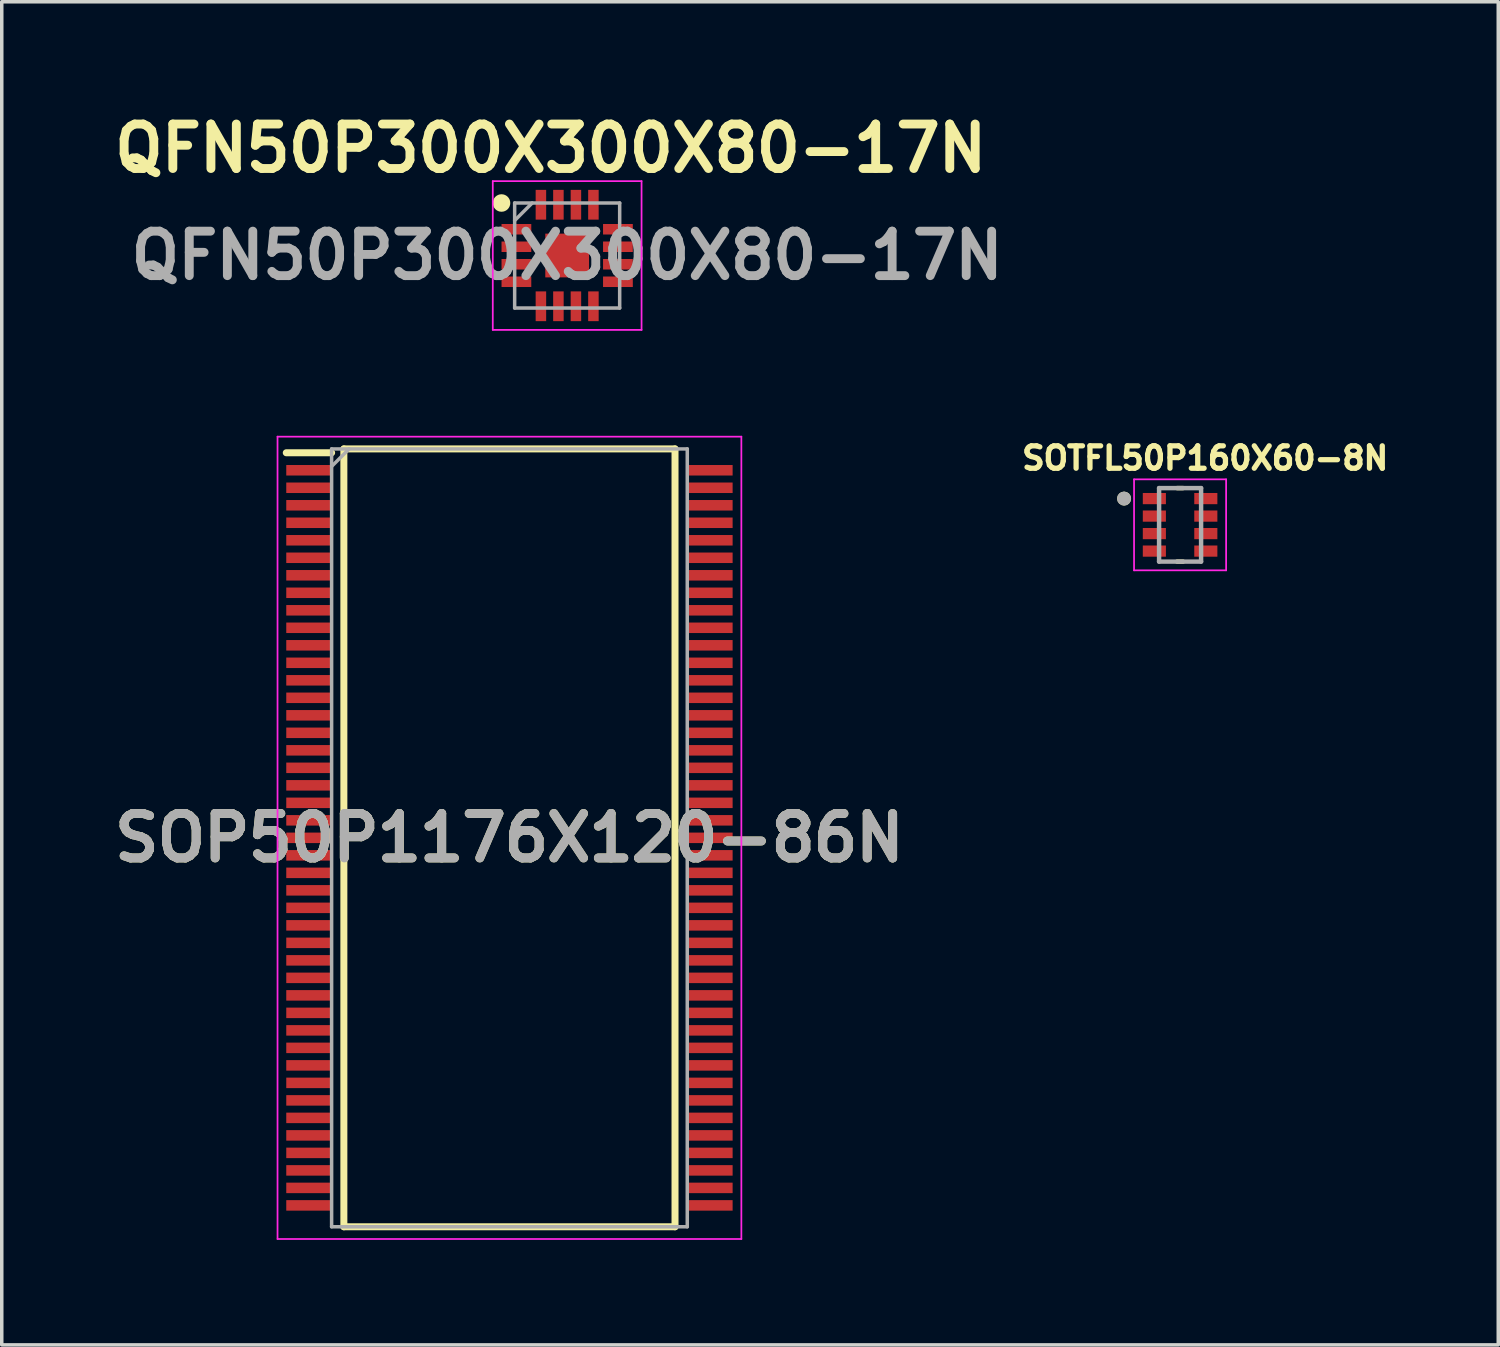
<source format=kicad_pcb>
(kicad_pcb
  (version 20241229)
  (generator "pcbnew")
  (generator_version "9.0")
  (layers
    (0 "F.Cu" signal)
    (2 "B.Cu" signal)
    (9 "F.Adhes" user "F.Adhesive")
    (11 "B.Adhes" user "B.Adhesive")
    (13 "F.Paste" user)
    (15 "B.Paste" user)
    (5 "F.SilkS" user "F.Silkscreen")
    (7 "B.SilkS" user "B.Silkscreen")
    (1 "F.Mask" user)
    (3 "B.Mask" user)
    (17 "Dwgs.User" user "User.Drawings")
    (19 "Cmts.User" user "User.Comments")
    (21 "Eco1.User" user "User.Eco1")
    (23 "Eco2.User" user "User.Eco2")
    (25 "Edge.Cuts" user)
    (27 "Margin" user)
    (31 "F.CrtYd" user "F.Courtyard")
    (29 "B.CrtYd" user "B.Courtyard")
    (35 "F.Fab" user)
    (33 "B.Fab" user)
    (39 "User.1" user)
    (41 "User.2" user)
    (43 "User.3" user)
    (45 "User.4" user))
  (footprint "SOP50P1176X120-86N"
    (layer "F.Cu")
    (at 11.503 20.884)
    (property "Reference" "SOP50P1176X120-86N" (at 0 0 0) (layer "F.SilkS") (effects (font (size 1.27 1.27) (thickness 0.254))))
    (attr smd)
    (fp_line (start -6.375 -11) (end -5.08 -11) (stroke (width 0.2) (type solid)) (layer "F.SilkS"))
    (fp_line (start -4.73 -11.11) (end 4.73 -11.11) (stroke (width 0.2) (type solid)) (layer "F.SilkS"))
    (fp_line (start -4.73 11.11) (end -4.73 -11.11) (stroke (width 0.2) (type solid)) (layer "F.SilkS"))
    (fp_line (start 4.73 -11.11) (end 4.73 11.11) (stroke (width 0.2) (type solid)) (layer "F.SilkS"))
    (fp_line (start 4.73 11.11) (end -4.73 11.11) (stroke (width 0.2) (type solid)) (layer "F.SilkS"))
    (fp_line (start -6.625 -11.46) (end 6.625 -11.46) (stroke (width 0.05) (type solid)) (layer "F.CrtYd"))
    (fp_line (start -6.625 11.46) (end -6.625 -11.46) (stroke (width 0.05) (type solid)) (layer "F.CrtYd"))
    (fp_line (start 6.625 -11.46) (end 6.625 11.46) (stroke (width 0.05) (type solid)) (layer "F.CrtYd"))
    (fp_line (start 6.625 11.46) (end -6.625 11.46) (stroke (width 0.05) (type solid)) (layer "F.CrtYd"))
    (fp_line (start -5.08 -11.11) (end 5.08 -11.11) (stroke (width 0.1) (type solid)) (layer "F.Fab"))
    (fp_line (start -5.08 -10.61) (end -4.58 -11.11) (stroke (width 0.1) (type solid)) (layer "F.Fab"))
    (fp_line (start -5.08 11.11) (end -5.08 -11.11) (stroke (width 0.1) (type solid)) (layer "F.Fab"))
    (fp_line (start 5.08 -11.11) (end 5.08 11.11) (stroke (width 0.1) (type solid)) (layer "F.Fab"))
    (fp_line (start 5.08 11.11) (end -5.08 11.11) (stroke (width 0.1) (type solid)) (layer "F.Fab"))
    (fp_text user "${REFERENCE}" (at 0 0 0) (layer "F.Fab") (effects (font (size 1.27 1.27) (thickness 0.254))))
    (pad "1" smd rect (at -5.728 -10.5 90) (size 0.3 1.295) (layers "F.Cu" "F.Mask" "F.Paste"))
    (pad "2" smd rect (at -5.728 -10 90) (size 0.3 1.295) (layers "F.Cu" "F.Mask" "F.Paste"))
    (pad "3" smd rect (at -5.728 -9.5 90) (size 0.3 1.295) (layers "F.Cu" "F.Mask" "F.Paste"))
    (pad "4" smd rect (at -5.728 -9 90) (size 0.3 1.295) (layers "F.Cu" "F.Mask" "F.Paste"))
    (pad "5" smd rect (at -5.728 -8.5 90) (size 0.3 1.295) (layers "F.Cu" "F.Mask" "F.Paste"))
    (pad "6" smd rect (at -5.728 -8 90) (size 0.3 1.295) (layers "F.Cu" "F.Mask" "F.Paste"))
    (pad "7" smd rect (at -5.728 -7.5 90) (size 0.3 1.295) (layers "F.Cu" "F.Mask" "F.Paste"))
    (pad "8" smd rect (at -5.728 -7 90) (size 0.3 1.295) (layers "F.Cu" "F.Mask" "F.Paste"))
    (pad "9" smd rect (at -5.728 -6.5 90) (size 0.3 1.295) (layers "F.Cu" "F.Mask" "F.Paste"))
    (pad "10" smd rect (at -5.728 -6 90) (size 0.3 1.295) (layers "F.Cu" "F.Mask" "F.Paste"))
    (pad "11" smd rect (at -5.728 -5.5 90) (size 0.3 1.295) (layers "F.Cu" "F.Mask" "F.Paste"))
    (pad "12" smd rect (at -5.728 -5 90) (size 0.3 1.295) (layers "F.Cu" "F.Mask" "F.Paste"))
    (pad "13" smd rect (at -5.728 -4.5 90) (size 0.3 1.295) (layers "F.Cu" "F.Mask" "F.Paste"))
    (pad "14" smd rect (at -5.728 -4 90) (size 0.3 1.295) (layers "F.Cu" "F.Mask" "F.Paste"))
    (pad "15" smd rect (at -5.728 -3.5 90) (size 0.3 1.295) (layers "F.Cu" "F.Mask" "F.Paste"))
    (pad "16" smd rect (at -5.728 -3 90) (size 0.3 1.295) (layers "F.Cu" "F.Mask" "F.Paste"))
    (pad "17" smd rect (at -5.728 -2.5 90) (size 0.3 1.295) (layers "F.Cu" "F.Mask" "F.Paste"))
    (pad "18" smd rect (at -5.728 -2 90) (size 0.3 1.295) (layers "F.Cu" "F.Mask" "F.Paste"))
    (pad "19" smd rect (at -5.728 -1.5 90) (size 0.3 1.295) (layers "F.Cu" "F.Mask" "F.Paste"))
    (pad "20" smd rect (at -5.728 -1 90) (size 0.3 1.295) (layers "F.Cu" "F.Mask" "F.Paste"))
    (pad "21" smd rect (at -5.728 -0.5 90) (size 0.3 1.295) (layers "F.Cu" "F.Mask" "F.Paste"))
    (pad "22" smd rect (at -5.728 0 90) (size 0.3 1.295) (layers "F.Cu" "F.Mask" "F.Paste"))
    (pad "23" smd rect (at -5.728 0.5 90) (size 0.3 1.295) (layers "F.Cu" "F.Mask" "F.Paste"))
    (pad "24" smd rect (at -5.728 1 90) (size 0.3 1.295) (layers "F.Cu" "F.Mask" "F.Paste"))
    (pad "25" smd rect (at -5.728 1.5 90) (size 0.3 1.295) (layers "F.Cu" "F.Mask" "F.Paste"))
    (pad "26" smd rect (at -5.728 2 90) (size 0.3 1.295) (layers "F.Cu" "F.Mask" "F.Paste"))
    (pad "27" smd rect (at -5.728 2.5 90) (size 0.3 1.295) (layers "F.Cu" "F.Mask" "F.Paste"))
    (pad "28" smd rect (at -5.728 3 90) (size 0.3 1.295) (layers "F.Cu" "F.Mask" "F.Paste"))
    (pad "29" smd rect (at -5.728 3.5 90) (size 0.3 1.295) (layers "F.Cu" "F.Mask" "F.Paste"))
    (pad "30" smd rect (at -5.728 4 90) (size 0.3 1.295) (layers "F.Cu" "F.Mask" "F.Paste"))
    (pad "31" smd rect (at -5.728 4.5 90) (size 0.3 1.295) (layers "F.Cu" "F.Mask" "F.Paste"))
    (pad "32" smd rect (at -5.728 5 90) (size 0.3 1.295) (layers "F.Cu" "F.Mask" "F.Paste"))
    (pad "33" smd rect (at -5.728 5.5 90) (size 0.3 1.295) (layers "F.Cu" "F.Mask" "F.Paste"))
    (pad "34" smd rect (at -5.728 6 90) (size 0.3 1.295) (layers "F.Cu" "F.Mask" "F.Paste"))
    (pad "35" smd rect (at -5.728 6.5 90) (size 0.3 1.295) (layers "F.Cu" "F.Mask" "F.Paste"))
    (pad "36" smd rect (at -5.728 7 90) (size 0.3 1.295) (layers "F.Cu" "F.Mask" "F.Paste"))
    (pad "37" smd rect (at -5.728 7.5 90) (size 0.3 1.295) (layers "F.Cu" "F.Mask" "F.Paste"))
    (pad "38" smd rect (at -5.728 8 90) (size 0.3 1.295) (layers "F.Cu" "F.Mask" "F.Paste"))
    (pad "39" smd rect (at -5.728 8.5 90) (size 0.3 1.295) (layers "F.Cu" "F.Mask" "F.Paste"))
    (pad "40" smd rect (at -5.728 9 90) (size 0.3 1.295) (layers "F.Cu" "F.Mask" "F.Paste"))
    (pad "41" smd rect (at -5.728 9.5 90) (size 0.3 1.295) (layers "F.Cu" "F.Mask" "F.Paste"))
    (pad "42" smd rect (at -5.728 10 90) (size 0.3 1.295) (layers "F.Cu" "F.Mask" "F.Paste"))
    (pad "43" smd rect (at -5.728 10.5 90) (size 0.3 1.295) (layers "F.Cu" "F.Mask" "F.Paste"))
    (pad "44" smd rect (at 5.728 10.5 90) (size 0.3 1.295) (layers "F.Cu" "F.Mask" "F.Paste"))
    (pad "45" smd rect (at 5.728 10 90) (size 0.3 1.295) (layers "F.Cu" "F.Mask" "F.Paste"))
    (pad "46" smd rect (at 5.728 9.5 90) (size 0.3 1.295) (layers "F.Cu" "F.Mask" "F.Paste"))
    (pad "47" smd rect (at 5.728 9 90) (size 0.3 1.295) (layers "F.Cu" "F.Mask" "F.Paste"))
    (pad "48" smd rect (at 5.728 8.5 90) (size 0.3 1.295) (layers "F.Cu" "F.Mask" "F.Paste"))
    (pad "49" smd rect (at 5.728 8 90) (size 0.3 1.295) (layers "F.Cu" "F.Mask" "F.Paste"))
    (pad "50" smd rect (at 5.728 7.5 90) (size 0.3 1.295) (layers "F.Cu" "F.Mask" "F.Paste"))
    (pad "51" smd rect (at 5.728 7 90) (size 0.3 1.295) (layers "F.Cu" "F.Mask" "F.Paste"))
    (pad "52" smd rect (at 5.728 6.5 90) (size 0.3 1.295) (layers "F.Cu" "F.Mask" "F.Paste"))
    (pad "53" smd rect (at 5.728 6 90) (size 0.3 1.295) (layers "F.Cu" "F.Mask" "F.Paste"))
    (pad "54" smd rect (at 5.728 5.5 90) (size 0.3 1.295) (layers "F.Cu" "F.Mask" "F.Paste"))
    (pad "55" smd rect (at 5.728 5 90) (size 0.3 1.295) (layers "F.Cu" "F.Mask" "F.Paste"))
    (pad "56" smd rect (at 5.728 4.5 90) (size 0.3 1.295) (layers "F.Cu" "F.Mask" "F.Paste"))
    (pad "57" smd rect (at 5.728 4 90) (size 0.3 1.295) (layers "F.Cu" "F.Mask" "F.Paste"))
    (pad "58" smd rect (at 5.728 3.5 90) (size 0.3 1.295) (layers "F.Cu" "F.Mask" "F.Paste"))
    (pad "59" smd rect (at 5.728 3 90) (size 0.3 1.295) (layers "F.Cu" "F.Mask" "F.Paste"))
    (pad "60" smd rect (at 5.728 2.5 90) (size 0.3 1.295) (layers "F.Cu" "F.Mask" "F.Paste"))
    (pad "61" smd rect (at 5.728 2 90) (size 0.3 1.295) (layers "F.Cu" "F.Mask" "F.Paste"))
    (pad "62" smd rect (at 5.728 1.5 90) (size 0.3 1.295) (layers "F.Cu" "F.Mask" "F.Paste"))
    (pad "63" smd rect (at 5.728 1 90) (size 0.3 1.295) (layers "F.Cu" "F.Mask" "F.Paste"))
    (pad "64" smd rect (at 5.728 0.5 90) (size 0.3 1.295) (layers "F.Cu" "F.Mask" "F.Paste"))
    (pad "65" smd rect (at 5.728 0 90) (size 0.3 1.295) (layers "F.Cu" "F.Mask" "F.Paste"))
    (pad "66" smd rect (at 5.728 -0.5 90) (size 0.3 1.295) (layers "F.Cu" "F.Mask" "F.Paste"))
    (pad "67" smd rect (at 5.728 -1 90) (size 0.3 1.295) (layers "F.Cu" "F.Mask" "F.Paste"))
    (pad "68" smd rect (at 5.728 -1.5 90) (size 0.3 1.295) (layers "F.Cu" "F.Mask" "F.Paste"))
    (pad "69" smd rect (at 5.728 -2 90) (size 0.3 1.295) (layers "F.Cu" "F.Mask" "F.Paste"))
    (pad "70" smd rect (at 5.728 -2.5 90) (size 0.3 1.295) (layers "F.Cu" "F.Mask" "F.Paste"))
    (pad "71" smd rect (at 5.728 -3 90) (size 0.3 1.295) (layers "F.Cu" "F.Mask" "F.Paste"))
    (pad "72" smd rect (at 5.728 -3.5 90) (size 0.3 1.295) (layers "F.Cu" "F.Mask" "F.Paste"))
    (pad "73" smd rect (at 5.728 -4 90) (size 0.3 1.295) (layers "F.Cu" "F.Mask" "F.Paste"))
    (pad "74" smd rect (at 5.728 -4.5 90) (size 0.3 1.295) (layers "F.Cu" "F.Mask" "F.Paste"))
    (pad "75" smd rect (at 5.728 -5 90) (size 0.3 1.295) (layers "F.Cu" "F.Mask" "F.Paste"))
    (pad "76" smd rect (at 5.728 -5.5 90) (size 0.3 1.295) (layers "F.Cu" "F.Mask" "F.Paste"))
    (pad "77" smd rect (at 5.728 -6 90) (size 0.3 1.295) (layers "F.Cu" "F.Mask" "F.Paste"))
    (pad "78" smd rect (at 5.728 -6.5 90) (size 0.3 1.295) (layers "F.Cu" "F.Mask" "F.Paste"))
    (pad "79" smd rect (at 5.728 -7 90) (size 0.3 1.295) (layers "F.Cu" "F.Mask" "F.Paste"))
    (pad "80" smd rect (at 5.728 -7.5 90) (size 0.3 1.295) (layers "F.Cu" "F.Mask" "F.Paste"))
    (pad "81" smd rect (at 5.728 -8 90) (size 0.3 1.295) (layers "F.Cu" "F.Mask" "F.Paste"))
    (pad "82" smd rect (at 5.728 -8.5 90) (size 0.3 1.295) (layers "F.Cu" "F.Mask" "F.Paste"))
    (pad "83" smd rect (at 5.728 -9 90) (size 0.3 1.295) (layers "F.Cu" "F.Mask" "F.Paste"))
    (pad "84" smd rect (at 5.728 -9.5 90) (size 0.3 1.295) (layers "F.Cu" "F.Mask" "F.Paste"))
    (pad "85" smd rect (at 5.728 -10 90) (size 0.3 1.295) (layers "F.Cu" "F.Mask" "F.Paste"))
    (pad "86" smd rect (at 5.728 -10.5 90) (size 0.3 1.295) (layers "F.Cu" "F.Mask" "F.Paste")))
  (footprint "QFN50P300X300X80-17N"
    (layer "F.Cu")
    (at 13.152 4.249)
    (property "Reference" "QFN50P300X300X80-17N" (at -0.47 -3.06 0) (layer "F.SilkS") (effects (font (size 1.27 1.27) (thickness 0.254))))
    (attr smd)
    (fp_circle (center -1.875 -1.5) (end -1.875 -1.375) (stroke (width 0.25) (type solid)) (fill no) (layer "F.SilkS"))
    (fp_line (start -2.125 -2.125) (end 2.125 -2.125) (stroke (width 0.05) (type solid)) (layer "F.CrtYd"))
    (fp_line (start -2.125 2.125) (end -2.125 -2.125) (stroke (width 0.05) (type solid)) (layer "F.CrtYd"))
    (fp_line (start 2.125 -2.125) (end 2.125 2.125) (stroke (width 0.05) (type solid)) (layer "F.CrtYd"))
    (fp_line (start 2.125 2.125) (end -2.125 2.125) (stroke (width 0.05) (type solid)) (layer "F.CrtYd"))
    (fp_line (start -1.5 -1.5) (end 1.5 -1.5) (stroke (width 0.1) (type solid)) (layer "F.Fab"))
    (fp_line (start -1.5 -1) (end -1 -1.5) (stroke (width 0.1) (type solid)) (layer "F.Fab"))
    (fp_line (start -1.5 1.5) (end -1.5 -1.5) (stroke (width 0.1) (type solid)) (layer "F.Fab"))
    (fp_line (start 1.5 -1.5) (end 1.5 1.5) (stroke (width 0.1) (type solid)) (layer "F.Fab"))
    (fp_line (start 1.5 1.5) (end -1.5 1.5) (stroke (width 0.1) (type solid)) (layer "F.Fab"))
    (fp_text user "${REFERENCE}" (at 0 0 0) (layer "F.Fab") (effects (font (size 1.27 1.27) (thickness 0.254))))
    (pad "1" smd rect (at -1.45 -0.75 90) (size 0.3 0.85) (layers "F.Cu" "F.Mask" "F.Paste"))
    (pad "2" smd rect (at -1.45 -0.25 90) (size 0.3 0.85) (layers "F.Cu" "F.Mask" "F.Paste"))
    (pad "3" smd rect (at -1.45 0.25 90) (size 0.3 0.85) (layers "F.Cu" "F.Mask" "F.Paste"))
    (pad "4" smd rect (at -1.45 0.75 90) (size 0.3 0.85) (layers "F.Cu" "F.Mask" "F.Paste"))
    (pad "5" smd rect (at -0.75 1.45) (size 0.3 0.85) (layers "F.Cu" "F.Mask" "F.Paste"))
    (pad "6" smd rect (at -0.25 1.45) (size 0.3 0.85) (layers "F.Cu" "F.Mask" "F.Paste"))
    (pad "7" smd rect (at 0.25 1.45) (size 0.3 0.85) (layers "F.Cu" "F.Mask" "F.Paste"))
    (pad "8" smd rect (at 0.75 1.45) (size 0.3 0.85) (layers "F.Cu" "F.Mask" "F.Paste"))
    (pad "9" smd rect (at 1.45 0.75 90) (size 0.3 0.85) (layers "F.Cu" "F.Mask" "F.Paste"))
    (pad "10" smd rect (at 1.45 0.25 90) (size 0.3 0.85) (layers "F.Cu" "F.Mask" "F.Paste"))
    (pad "11" smd rect (at 1.45 -0.25 90) (size 0.3 0.85) (layers "F.Cu" "F.Mask" "F.Paste"))
    (pad "12" smd rect (at 1.45 -0.75 90) (size 0.3 0.85) (layers "F.Cu" "F.Mask" "F.Paste"))
    (pad "13" smd rect (at 0.75 -1.45) (size 0.3 0.85) (layers "F.Cu" "F.Mask" "F.Paste"))
    (pad "14" smd rect (at 0.25 -1.45) (size 0.3 0.85) (layers "F.Cu" "F.Mask" "F.Paste"))
    (pad "15" smd rect (at -0.25 -1.45) (size 0.3 0.85) (layers "F.Cu" "F.Mask" "F.Paste"))
    (pad "16" smd rect (at -0.75 -1.45) (size 0.3 0.85) (layers "F.Cu" "F.Mask" "F.Paste"))
    (pad "17" smd rect (at 0 0) (size 1.25 1.25) (layers "F.Cu" "F.Mask" "F.Paste")))
  (footprint "SOTFL50P160X60-8N"
    (layer "F.Cu")
    (at 30.661 11.943)
    (property "Reference" "SOTFL50P160X60-8N" (at 0.717 -1.906 0) (layer "F.SilkS") (effects (font (size 0.64 0.64) (thickness 0.15))))
    (attr smd)
    (fp_poly (pts (xy -1.115 -0.96) (xy -0.355 -0.96) (xy -0.355 -0.54) (xy -1.115 -0.54)) (stroke (width 0.01) (type solid)) (fill yes) (layer "F.Mask"))
    (fp_poly (pts (xy -1.115 -0.46) (xy -0.355 -0.46) (xy -0.355 -0.04) (xy -1.115 -0.04)) (stroke (width 0.01) (type solid)) (fill yes) (layer "F.Mask"))
    (fp_poly (pts (xy -1.115 0.04) (xy -0.355 0.04) (xy -0.355 0.46) (xy -1.115 0.46)) (stroke (width 0.01) (type solid)) (fill yes) (layer "F.Mask"))
    (fp_poly (pts (xy -1.115 0.54) (xy -0.355 0.54) (xy -0.355 0.96) (xy -1.115 0.96)) (stroke (width 0.01) (type solid)) (fill yes) (layer "F.Mask"))
    (fp_poly (pts (xy 0.355 -0.96) (xy 1.115 -0.96) (xy 1.115 -0.54) (xy 0.355 -0.54)) (stroke (width 0.01) (type solid)) (fill yes) (layer "F.Mask"))
    (fp_poly (pts (xy 0.355 -0.46) (xy 1.115 -0.46) (xy 1.115 -0.04) (xy 0.355 -0.04)) (stroke (width 0.01) (type solid)) (fill yes) (layer "F.Mask"))
    (fp_poly (pts (xy 0.355 0.04) (xy 1.115 0.04) (xy 1.115 0.46) (xy 0.355 0.46)) (stroke (width 0.01) (type solid)) (fill yes) (layer "F.Mask"))
    (fp_poly (pts (xy 0.355 0.54) (xy 1.115 0.54) (xy 1.115 0.96) (xy 0.355 0.96)) (stroke (width 0.01) (type solid)) (fill yes) (layer "F.Mask"))
    (fp_line (start -0.085 -1.05) (end 0.085 -1.05) (stroke (width 0.127) (type solid)) (layer "F.SilkS"))
    (fp_line (start 0.085 1.05) (end -0.085 1.05) (stroke (width 0.127) (type solid)) (layer "F.SilkS"))
    (fp_circle (center -1.6 -0.75) (end -1.5 -0.75) (stroke (width 0.2) (type solid)) (fill no) (layer "F.SilkS"))
    (fp_line (start -1.315 -1.3) (end 1.315 -1.3) (stroke (width 0.05) (type solid)) (layer "F.CrtYd"))
    (fp_line (start -1.315 1.3) (end -1.315 -1.3) (stroke (width 0.05) (type solid)) (layer "F.CrtYd"))
    (fp_line (start 1.315 -1.3) (end 1.315 1.3) (stroke (width 0.05) (type solid)) (layer "F.CrtYd"))
    (fp_line (start 1.315 1.3) (end -1.315 1.3) (stroke (width 0.05) (type solid)) (layer "F.CrtYd"))
    (fp_line (start -0.6 -1.05) (end 0.6 -1.05) (stroke (width 0.127) (type solid)) (layer "F.Fab"))
    (fp_line (start -0.6 1.05) (end -0.6 -1.05) (stroke (width 0.127) (type solid)) (layer "F.Fab"))
    (fp_line (start 0.6 -1.05) (end 0.6 1.05) (stroke (width 0.127) (type solid)) (layer "F.Fab"))
    (fp_line (start 0.6 1.05) (end -0.6 1.05) (stroke (width 0.127) (type solid)) (layer "F.Fab"))
    (fp_circle (center -1.6 -0.75) (end -1.5 -0.75) (stroke (width 0.2) (type solid)) (fill no) (layer "F.Fab"))
    (pad "1" smd rect (at -0.735 -0.75) (size 0.66 0.32) (layers "F.Cu" "F.Paste"))
    (pad "2" smd rect (at -0.735 -0.25) (size 0.66 0.32) (layers "F.Cu" "F.Paste"))
    (pad "3" smd rect (at -0.735 0.25) (size 0.66 0.32) (layers "F.Cu" "F.Paste"))
    (pad "4" smd rect (at -0.735 0.75) (size 0.66 0.32) (layers "F.Cu" "F.Paste"))
    (pad "5" smd rect (at 0.735 0.75) (size 0.66 0.32) (layers "F.Cu" "F.Paste"))
    (pad "6" smd rect (at 0.735 0.25) (size 0.66 0.32) (layers "F.Cu" "F.Paste"))
    (pad "7" smd rect (at 0.735 -0.25) (size 0.66 0.32) (layers "F.Cu" "F.Paste"))
    (pad "8" smd rect (at 0.735 -0.75) (size 0.66 0.32) (layers "F.Cu" "F.Paste")))
  (gr_rect
    (start -3 -3)
    (end 39.75 35.369)
    (stroke (width 0.1) (type default))
    (fill no)
    (layer "Edge.Cuts")))
</source>
